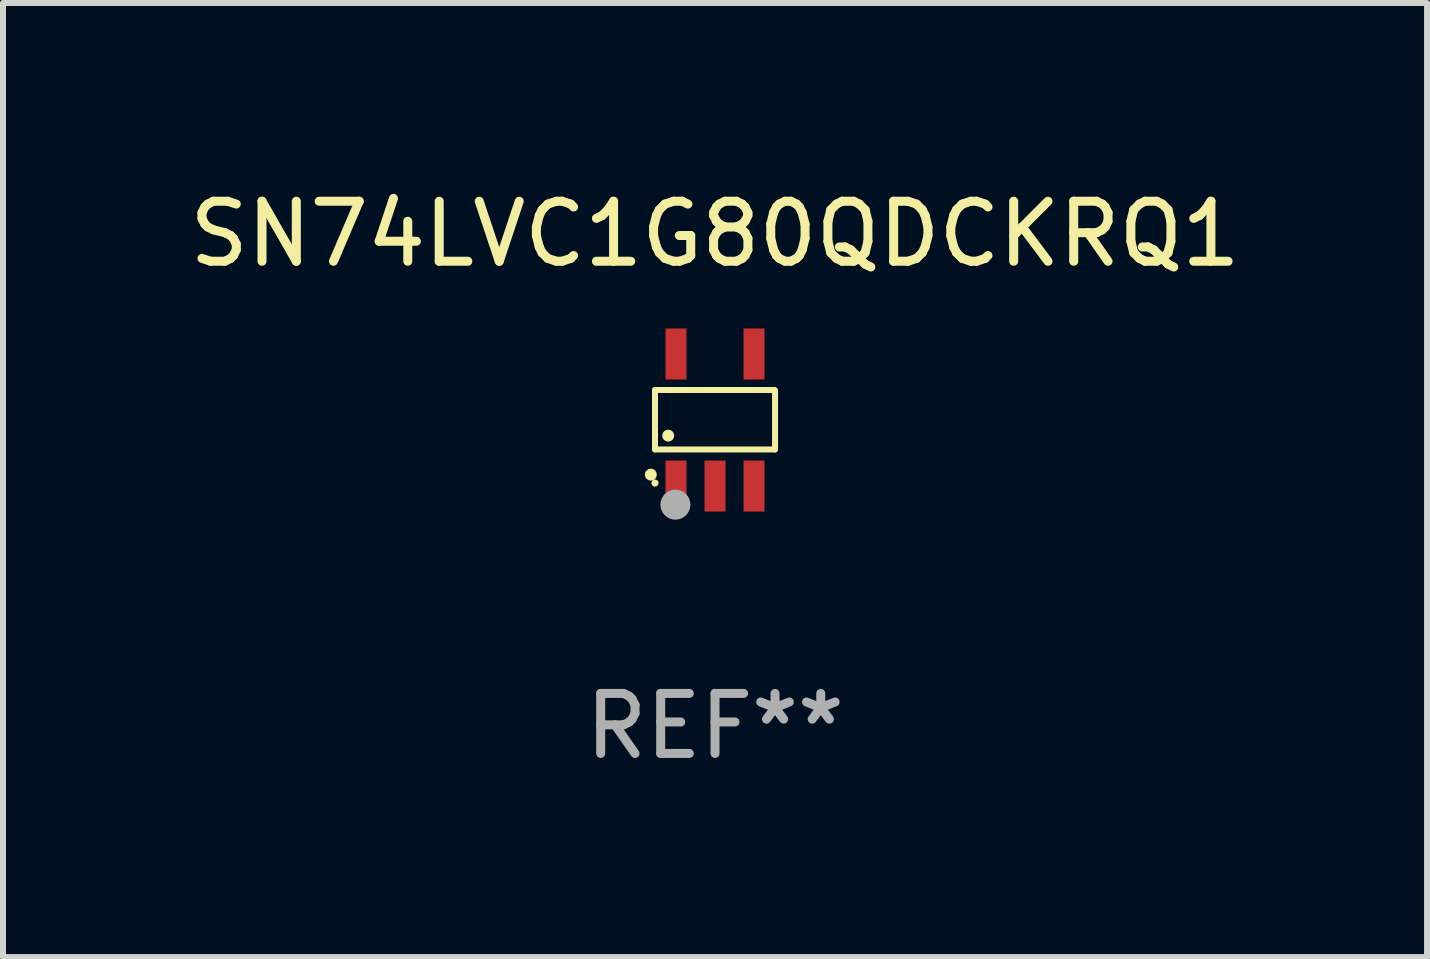
<source format=kicad_pcb>
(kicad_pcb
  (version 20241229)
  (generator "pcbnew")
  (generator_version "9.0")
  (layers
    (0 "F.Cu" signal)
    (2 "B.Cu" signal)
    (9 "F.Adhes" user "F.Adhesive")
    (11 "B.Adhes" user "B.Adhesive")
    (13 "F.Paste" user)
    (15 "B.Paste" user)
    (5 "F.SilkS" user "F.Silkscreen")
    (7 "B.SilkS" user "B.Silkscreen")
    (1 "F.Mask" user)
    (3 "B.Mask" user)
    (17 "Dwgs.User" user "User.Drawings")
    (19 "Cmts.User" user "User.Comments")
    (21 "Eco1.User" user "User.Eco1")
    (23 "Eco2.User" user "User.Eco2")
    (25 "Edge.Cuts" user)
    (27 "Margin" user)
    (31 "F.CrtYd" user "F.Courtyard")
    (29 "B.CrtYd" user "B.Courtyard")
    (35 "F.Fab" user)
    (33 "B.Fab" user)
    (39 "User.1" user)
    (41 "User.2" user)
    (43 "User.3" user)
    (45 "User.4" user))
  (footprint "SN74LVC1G80QDCKRQ1"
    (layer "F.Cu")
    (at 8.863 3.948)
    (property "Reference" "SN74LVC1G80QDCKRQ1" (at 0 -3.1 0) (layer "F.SilkS") (effects (font (size 1 1) (thickness 0.15))))
    (attr through_hole)
    (fp_line (start -1 -0.5) (end -1 0.49) (stroke (width 0.1) (type solid)) (layer "F.SilkS"))
    (fp_line (start -1 0.49) (end 1 0.49) (stroke (width 0.1) (type solid)) (layer "F.SilkS"))
    (fp_line (start 0.99 -0.5) (end -1 -0.5) (stroke (width 0.1) (type solid)) (layer "F.SilkS"))
    (fp_line (start 1 -0.49) (end 0.99 -0.5) (stroke (width 0.1) (type solid)) (layer "F.SilkS"))
    (fp_line (start 1 0.49) (end 1 -0.49) (stroke (width 0.1) (type solid)) (layer "F.SilkS"))
    (fp_circle (center -1.07 0.91) (end -1.02 0.91) (stroke (width 0.1) (type solid)) (fill no) (layer "F.SilkS"))
    (fp_circle (center -1 1.05) (end -0.97 1.05) (stroke (width 0.06) (type solid)) (fill no) (layer "F.SilkS"))
    (fp_circle (center -0.78 0.26) (end -0.73 0.26) (stroke (width 0.1) (type solid)) (fill no) (layer "F.SilkS"))
    (fp_circle (center -0.66 1.41) (end -0.535 1.41) (stroke (width 0.25) (type solid)) (fill no) (layer "F.Fab"))
    (fp_text user "REF**" (at 0 5.1 0) (layer "F.Fab") (effects (font (size 1 1) (thickness 0.15))))
    (pad "1" smd rect (at -0.65 1.1) (size 0.35 0.85) (layers "F.Cu" "F.Mask" "F.Paste"))
    (pad "2" smd rect (at 0.000051 1.1) (size 0.35 0.85) (layers "F.Cu" "F.Mask" "F.Paste"))
    (pad "3" smd rect (at 0.65 1.1) (size 0.35 0.85) (layers "F.Cu" "F.Mask" "F.Paste"))
    (pad "4" smd rect (at 0.65 -1.1) (size 0.35 0.85) (layers "F.Cu" "F.Mask" "F.Paste"))
    (pad "5" smd rect (at -0.65 -1.1) (size 0.35 0.85) (layers "F.Cu" "F.Mask" "F.Paste")))
  (gr_rect
    (start -3 -3)
    (end 20.726 12.896)
    (stroke (width 0.1) (type default))
    (fill no)
    (layer "Edge.Cuts")))
</source>
